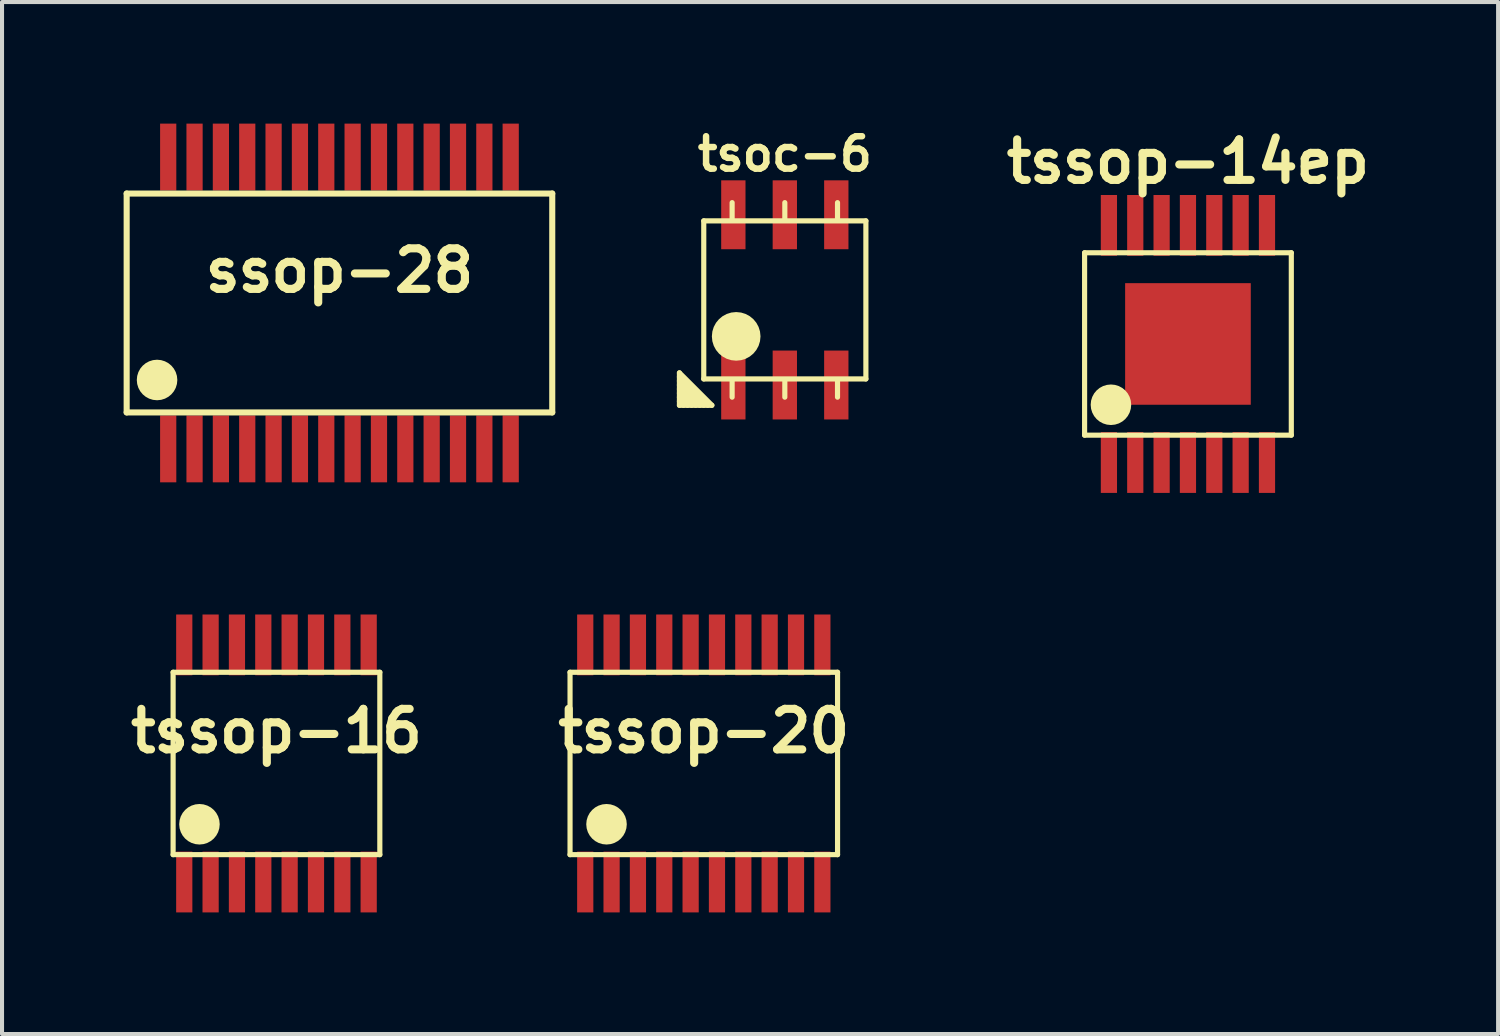
<source format=kicad_pcb>
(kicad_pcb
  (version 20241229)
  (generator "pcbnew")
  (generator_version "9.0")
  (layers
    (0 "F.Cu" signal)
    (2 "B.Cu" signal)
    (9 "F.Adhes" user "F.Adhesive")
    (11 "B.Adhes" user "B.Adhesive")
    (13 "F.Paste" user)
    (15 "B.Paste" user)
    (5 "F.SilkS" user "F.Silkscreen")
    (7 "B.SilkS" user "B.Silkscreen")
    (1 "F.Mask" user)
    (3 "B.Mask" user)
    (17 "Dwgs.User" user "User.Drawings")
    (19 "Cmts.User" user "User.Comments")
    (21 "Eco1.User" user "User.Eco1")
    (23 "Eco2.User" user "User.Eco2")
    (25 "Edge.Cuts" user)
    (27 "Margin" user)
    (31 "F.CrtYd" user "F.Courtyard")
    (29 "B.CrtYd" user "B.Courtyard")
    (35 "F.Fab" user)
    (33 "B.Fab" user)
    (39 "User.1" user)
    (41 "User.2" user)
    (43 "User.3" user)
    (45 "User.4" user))
  (footprint "tssop-16"
    (layer "F.Cu")
    (at 3.771 15.786)
    (property "Reference" "tssop-16" (at 0 -0.8 0) (layer "F.SilkS") (effects (font (size 1 1) (thickness 0.2))))
    (attr smd)
    (fp_line (start -2.55 -2.25) (end -2.55 2.25) (stroke (width 0.127) (type solid)) (layer "F.SilkS"))
    (fp_line (start -2.55 2.25) (end 2.55 2.25) (stroke (width 0.127) (type solid)) (layer "F.SilkS"))
    (fp_line (start 2.55 -2.25) (end -2.55 -2.25) (stroke (width 0.127) (type solid)) (layer "F.SilkS"))
    (fp_line (start 2.55 2.25) (end 2.55 -2.25) (stroke (width 0.127) (type solid)) (layer "F.SilkS"))
    (fp_circle (center -1.9 1.5) (end -1.65 1.5) (stroke (width 0.5) (type solid)) (fill no) (layer "F.SilkS"))
    (pad "1" smd rect (at -2.275 2.925) (size 0.4 1.5) (layers "F.Cu" "F.Mask" "F.Paste"))
    (pad "2" smd rect (at -1.625 2.925) (size 0.4 1.5) (layers "F.Cu" "F.Mask" "F.Paste"))
    (pad "3" smd rect (at -0.975 2.925) (size 0.4 1.5) (layers "F.Cu" "F.Mask" "F.Paste"))
    (pad "4" smd rect (at -0.325 2.925) (size 0.4 1.5) (layers "F.Cu" "F.Mask" "F.Paste"))
    (pad "5" smd rect (at 0.325 2.925) (size 0.4 1.5) (layers "F.Cu" "F.Mask" "F.Paste"))
    (pad "6" smd rect (at 0.975 2.925) (size 0.4 1.5) (layers "F.Cu" "F.Mask" "F.Paste"))
    (pad "7" smd rect (at 1.625 2.925) (size 0.4 1.5) (layers "F.Cu" "F.Mask" "F.Paste"))
    (pad "8" smd rect (at 2.275 2.925) (size 0.4 1.5) (layers "F.Cu" "F.Mask" "F.Paste"))
    (pad "9" smd rect (at 2.275 -2.925) (size 0.4 1.5) (layers "F.Cu" "F.Mask" "F.Paste"))
    (pad "10" smd rect (at 1.625 -2.925) (size 0.4 1.5) (layers "F.Cu" "F.Mask" "F.Paste"))
    (pad "11" smd rect (at 0.975 -2.925) (size 0.4 1.5) (layers "F.Cu" "F.Mask" "F.Paste"))
    (pad "12" smd rect (at 0.325 -2.925) (size 0.4 1.5) (layers "F.Cu" "F.Mask" "F.Paste"))
    (pad "13" smd rect (at -0.325 -2.925) (size 0.4 1.5) (layers "F.Cu" "F.Mask" "F.Paste"))
    (pad "14" smd rect (at -0.975 -2.925) (size 0.4 1.5) (layers "F.Cu" "F.Mask" "F.Paste"))
    (pad "15" smd rect (at -1.625 -2.925) (size 0.4 1.5) (layers "F.Cu" "F.Mask" "F.Paste"))
    (pad "16" smd rect (at -2.275 -2.925) (size 0.4 1.5) (layers "F.Cu" "F.Mask" "F.Paste")))
  (footprint "tssop-14ep"
    (layer "F.Cu")
    (at 26.259 5.436)
    (property "Reference" "tssop-14ep" (at 0 -4.5 0) (layer "F.SilkS") (effects (font (size 1 1) (thickness 0.2))))
    (attr smd)
    (fp_line (start -2.55 -2.25) (end -2.55 2.25) (stroke (width 0.127) (type solid)) (layer "F.SilkS"))
    (fp_line (start -2.55 2.25) (end 2.55 2.25) (stroke (width 0.127) (type solid)) (layer "F.SilkS"))
    (fp_line (start 2.55 -2.25) (end -2.55 -2.25) (stroke (width 0.127) (type solid)) (layer "F.SilkS"))
    (fp_line (start 2.55 2.25) (end 2.55 -2.25) (stroke (width 0.127) (type solid)) (layer "F.SilkS"))
    (fp_circle (center -1.9 1.5) (end -1.65 1.5) (stroke (width 0.5) (type solid)) (fill no) (layer "F.SilkS"))
    (pad "" smd rect (at -1 -1) (size 0.8 0.8) (layers "F.Paste"))
    (pad "" smd rect (at -1 0) (size 0.8 0.8) (layers "F.Paste"))
    (pad "" smd rect (at -1 1) (size 0.8 0.8) (layers "F.Paste"))
    (pad "" smd rect (at 0 -1) (size 0.8 0.8) (layers "F.Paste"))
    (pad "" smd rect (at 0 0) (size 0.8 0.8) (layers "F.Paste"))
    (pad "" smd rect (at 0 1) (size 0.8 0.8) (layers "F.Paste"))
    (pad "" smd rect (at 1 -1) (size 0.8 0.8) (layers "F.Paste"))
    (pad "" smd rect (at 1 0) (size 0.8 0.8) (layers "F.Paste"))
    (pad "" smd rect (at 1 1) (size 0.8 0.8) (layers "F.Paste"))
    (pad "1" smd rect (at -1.95 2.925) (size 0.4 1.5) (layers "F.Cu" "F.Mask" "F.Paste"))
    (pad "2" smd rect (at -1.3 2.925) (size 0.4 1.5) (layers "F.Cu" "F.Mask" "F.Paste"))
    (pad "3" smd rect (at -0.65 2.925) (size 0.4 1.5) (layers "F.Cu" "F.Mask" "F.Paste"))
    (pad "4" smd rect (at 0 2.925) (size 0.4 1.5) (layers "F.Cu" "F.Mask" "F.Paste"))
    (pad "5" smd rect (at 0.65 2.925) (size 0.4 1.5) (layers "F.Cu" "F.Mask" "F.Paste"))
    (pad "6" smd rect (at 1.3 2.925) (size 0.4 1.5) (layers "F.Cu" "F.Mask" "F.Paste"))
    (pad "7" smd rect (at 1.95 2.925) (size 0.4 1.5) (layers "F.Cu" "F.Mask" "F.Paste"))
    (pad "8" smd rect (at 1.95 -2.925) (size 0.4 1.5) (layers "F.Cu" "F.Mask" "F.Paste"))
    (pad "9" smd rect (at 1.3 -2.925) (size 0.4 1.5) (layers "F.Cu" "F.Mask" "F.Paste"))
    (pad "10" smd rect (at 0.65 -2.925) (size 0.4 1.5) (layers "F.Cu" "F.Mask" "F.Paste"))
    (pad "11" smd rect (at 0 -2.925) (size 0.4 1.5) (layers "F.Cu" "F.Mask" "F.Paste"))
    (pad "12" smd rect (at -0.65 -2.925) (size 0.4 1.5) (layers "F.Cu" "F.Mask" "F.Paste"))
    (pad "13" smd rect (at -1.3 -2.925) (size 0.4 1.5) (layers "F.Cu" "F.Mask" "F.Paste"))
    (pad "14" smd rect (at -1.95 -2.925) (size 0.4 1.5) (layers "F.Cu" "F.Mask" "F.Paste"))
    (pad "15" smd rect (at 0 0) (size 3.1 3) (layers "F.Cu" "F.Mask")))
  (footprint "tsoc-6"
    (layer "F.Cu")
    (at 16.313 4.349)
    (property "Reference" "tsoc-6" (at 0 -3.6 0) (layer "F.SilkS") (effects (font (size 0.8 0.8) (thickness 0.16))))
    (attr smd)
    (fp_line (start -2.6 1.8) (end -2.6 2.6) (stroke (width 0.127) (type solid)) (layer "F.SilkS"))
    (fp_line (start -2.6 1.9) (end -1.9 2.6) (stroke (width 0.127) (type solid)) (layer "F.SilkS"))
    (fp_line (start -2.6 2.1) (end -2.1 2.6) (stroke (width 0.127) (type solid)) (layer "F.SilkS"))
    (fp_line (start -2.6 2.3) (end -2.3 2.6) (stroke (width 0.127) (type solid)) (layer "F.SilkS"))
    (fp_line (start -2.6 2.5) (end -2.5 2.6) (stroke (width 0.127) (type solid)) (layer "F.SilkS"))
    (fp_line (start -2.6 2.6) (end -1.8 2.6) (stroke (width 0.127) (type solid)) (layer "F.SilkS"))
    (fp_line (start -2.4 2.6) (end -2.6 2.4) (stroke (width 0.127) (type solid)) (layer "F.SilkS"))
    (fp_line (start -2.2 2.6) (end -2.6 2.2) (stroke (width 0.127) (type solid)) (layer "F.SilkS"))
    (fp_line (start -2 -1.95) (end -2 1.95) (stroke (width 0.127) (type solid)) (layer "F.SilkS"))
    (fp_line (start -2 1.95) (end 2 1.95) (stroke (width 0.127) (type solid)) (layer "F.SilkS"))
    (fp_line (start -2 2.6) (end -2.6 2) (stroke (width 0.127) (type solid)) (layer "F.SilkS"))
    (fp_line (start -1.8 2.6) (end -2.6 1.8) (stroke (width 0.127) (type solid)) (layer "F.SilkS"))
    (fp_line (start -1.3 -2.4) (end -1.3 -2) (stroke (width 0.127) (type solid)) (layer "F.SilkS"))
    (fp_line (start -1.3 2) (end -1.3 2.4) (stroke (width 0.127) (type solid)) (layer "F.SilkS"))
    (fp_line (start 0 -2) (end 0 -2.4) (stroke (width 0.127) (type solid)) (layer "F.SilkS"))
    (fp_line (start 0 2) (end 0 2.4) (stroke (width 0.127) (type solid)) (layer "F.SilkS"))
    (fp_line (start 1.3 -2.4) (end 1.3 -2) (stroke (width 0.127) (type solid)) (layer "F.SilkS"))
    (fp_line (start 1.3 2) (end 1.3 2.4) (stroke (width 0.127) (type solid)) (layer "F.SilkS"))
    (fp_line (start 2 -1.95) (end -2 -1.95) (stroke (width 0.127) (type solid)) (layer "F.SilkS"))
    (fp_line (start 2 1.95) (end 2 -1.95) (stroke (width 0.127) (type solid)) (layer "F.SilkS"))
    (fp_circle (center -1.2 0.9) (end -0.9 0.9) (stroke (width 0.6) (type solid)) (fill no) (layer "F.SilkS"))
    (pad "1" smd rect (at -1.27 2.1) (size 0.6 1.7) (layers "F.Cu" "F.Mask" "F.Paste"))
    (pad "2" smd rect (at 0 2.1) (size 0.6 1.7) (layers "F.Cu" "F.Mask" "F.Paste"))
    (pad "3" smd rect (at 1.27 2.1) (size 0.6 1.7) (layers "F.Cu" "F.Mask" "F.Paste"))
    (pad "4" smd rect (at 1.27 -2.1) (size 0.6 1.7) (layers "F.Cu" "F.Mask" "F.Paste"))
    (pad "5" smd rect (at 0 -2.1) (size 0.6 1.7) (layers "F.Cu" "F.Mask" "F.Paste"))
    (pad "6" smd rect (at -1.27 -2.1) (size 0.6 1.7) (layers "F.Cu" "F.Mask" "F.Paste")))
  (footprint "ssop-28"
    (layer "F.Cu")
    (at 5.325 4.425)
    (property "Reference" "ssop-28" (at 0 -0.8 0) (layer "F.SilkS") (effects (font (size 1 1) (thickness 0.2))))
    (attr smd)
    (fp_line (start -5.25 -2.7) (end 5.25 -2.7) (stroke (width 0.15) (type solid)) (layer "F.SilkS"))
    (fp_line (start -5.25 2.7) (end -5.25 -2.7) (stroke (width 0.15) (type solid)) (layer "F.SilkS"))
    (fp_line (start 5.25 -2.7) (end 5.25 2.7) (stroke (width 0.15) (type solid)) (layer "F.SilkS"))
    (fp_line (start 5.25 2.7) (end -5.25 2.7) (stroke (width 0.15) (type solid)) (layer "F.SilkS"))
    (fp_circle (center -4.5 1.9) (end -4.25 1.9) (stroke (width 0.5) (type solid)) (fill no) (layer "F.SilkS"))
    (pad "1" smd rect (at -4.225 3.6) (size 0.4 1.65) (layers "F.Cu" "F.Mask" "F.Paste"))
    (pad "2" smd rect (at -3.575 3.6) (size 0.4 1.65) (layers "F.Cu" "F.Mask" "F.Paste"))
    (pad "3" smd rect (at -2.925 3.6) (size 0.4 1.65) (layers "F.Cu" "F.Mask" "F.Paste"))
    (pad "4" smd rect (at -2.275 3.6) (size 0.4 1.65) (layers "F.Cu" "F.Mask" "F.Paste"))
    (pad "5" smd rect (at -1.625 3.6) (size 0.4 1.65) (layers "F.Cu" "F.Mask" "F.Paste"))
    (pad "6" smd rect (at -0.975 3.6) (size 0.4 1.65) (layers "F.Cu" "F.Mask" "F.Paste"))
    (pad "7" smd rect (at -0.325 3.6) (size 0.4 1.65) (layers "F.Cu" "F.Mask" "F.Paste"))
    (pad "8" smd rect (at 0.325 3.6) (size 0.4 1.65) (layers "F.Cu" "F.Mask" "F.Paste"))
    (pad "9" smd rect (at 0.975 3.6) (size 0.4 1.65) (layers "F.Cu" "F.Mask" "F.Paste"))
    (pad "10" smd rect (at 1.625 3.6) (size 0.4 1.65) (layers "F.Cu" "F.Mask" "F.Paste"))
    (pad "11" smd rect (at 2.275 3.6) (size 0.4 1.65) (layers "F.Cu" "F.Mask" "F.Paste"))
    (pad "12" smd rect (at 2.925 3.6) (size 0.4 1.65) (layers "F.Cu" "F.Mask" "F.Paste"))
    (pad "13" smd rect (at 3.575 3.6) (size 0.4 1.65) (layers "F.Cu" "F.Mask" "F.Paste"))
    (pad "14" smd rect (at 4.225 3.6) (size 0.4 1.65) (layers "F.Cu" "F.Mask" "F.Paste"))
    (pad "15" smd rect (at 4.225 -3.6) (size 0.4 1.65) (layers "F.Cu" "F.Mask" "F.Paste"))
    (pad "16" smd rect (at 3.575 -3.6) (size 0.4 1.65) (layers "F.Cu" "F.Mask" "F.Paste"))
    (pad "17" smd rect (at 2.925 -3.6) (size 0.4 1.65) (layers "F.Cu" "F.Mask" "F.Paste"))
    (pad "18" smd rect (at 2.275 -3.6) (size 0.4 1.65) (layers "F.Cu" "F.Mask" "F.Paste"))
    (pad "19" smd rect (at 1.625 -3.6) (size 0.4 1.65) (layers "F.Cu" "F.Mask" "F.Paste"))
    (pad "20" smd rect (at 0.975 -3.6) (size 0.4 1.65) (layers "F.Cu" "F.Mask" "F.Paste"))
    (pad "21" smd rect (at 0.325 -3.6) (size 0.4 1.65) (layers "F.Cu" "F.Mask" "F.Paste"))
    (pad "22" smd rect (at -0.325 -3.6) (size 0.4 1.65) (layers "F.Cu" "F.Mask" "F.Paste"))
    (pad "23" smd rect (at -0.975 -3.6) (size 0.4 1.65) (layers "F.Cu" "F.Mask" "F.Paste"))
    (pad "24" smd rect (at -1.625 -3.6) (size 0.4 1.65) (layers "F.Cu" "F.Mask" "F.Paste"))
    (pad "25" smd rect (at -2.275 -3.6) (size 0.4 1.65) (layers "F.Cu" "F.Mask" "F.Paste"))
    (pad "26" smd rect (at -2.925 -3.6) (size 0.4 1.65) (layers "F.Cu" "F.Mask" "F.Paste"))
    (pad "27" smd rect (at -3.575 -3.6) (size 0.4 1.65) (layers "F.Cu" "F.Mask" "F.Paste"))
    (pad "28" smd rect (at -4.225 -3.6) (size 0.4 1.65) (layers "F.Cu" "F.Mask" "F.Paste")))
  (footprint "tssop-20"
    (layer "F.Cu")
    (at 14.314 15.786)
    (property "Reference" "tssop-20" (at 0 -0.8 0) (layer "F.SilkS") (effects (font (size 1 1) (thickness 0.2))))
    (attr smd)
    (fp_line (start -3.3 -2.25) (end -3.3 2.25) (stroke (width 0.127) (type solid)) (layer "F.SilkS"))
    (fp_line (start -3.3 2.25) (end 3.3 2.25) (stroke (width 0.127) (type solid)) (layer "F.SilkS"))
    (fp_line (start 3.3 -2.25) (end -3.3 -2.25) (stroke (width 0.127) (type solid)) (layer "F.SilkS"))
    (fp_line (start 3.3 2.25) (end 3.3 -2.25) (stroke (width 0.127) (type solid)) (layer "F.SilkS"))
    (fp_circle (center -2.4 1.5) (end -2.15 1.5) (stroke (width 0.5) (type solid)) (fill no) (layer "F.SilkS"))
    (pad "1" smd rect (at -2.925 2.925) (size 0.4 1.5) (layers "F.Cu" "F.Mask" "F.Paste"))
    (pad "2" smd rect (at -2.275 2.925) (size 0.4 1.5) (layers "F.Cu" "F.Mask" "F.Paste"))
    (pad "3" smd rect (at -1.625 2.925) (size 0.4 1.5) (layers "F.Cu" "F.Mask" "F.Paste"))
    (pad "4" smd rect (at -0.975 2.925) (size 0.4 1.5) (layers "F.Cu" "F.Mask" "F.Paste"))
    (pad "5" smd rect (at -0.325 2.925) (size 0.4 1.5) (layers "F.Cu" "F.Mask" "F.Paste"))
    (pad "6" smd rect (at 0.325 2.925) (size 0.4 1.5) (layers "F.Cu" "F.Mask" "F.Paste"))
    (pad "7" smd rect (at 0.975 2.925) (size 0.4 1.5) (layers "F.Cu" "F.Mask" "F.Paste"))
    (pad "8" smd rect (at 1.625 2.925) (size 0.4 1.5) (layers "F.Cu" "F.Mask" "F.Paste"))
    (pad "9" smd rect (at 2.275 2.925) (size 0.4 1.5) (layers "F.Cu" "F.Mask" "F.Paste"))
    (pad "10" smd rect (at 2.925 2.925) (size 0.4 1.5) (layers "F.Cu" "F.Mask" "F.Paste"))
    (pad "11" smd rect (at 2.925 -2.925) (size 0.4 1.5) (layers "F.Cu" "F.Mask" "F.Paste"))
    (pad "12" smd rect (at 2.275 -2.925) (size 0.4 1.5) (layers "F.Cu" "F.Mask" "F.Paste"))
    (pad "13" smd rect (at 1.625 -2.925) (size 0.4 1.5) (layers "F.Cu" "F.Mask" "F.Paste"))
    (pad "14" smd rect (at 0.975 -2.925) (size 0.4 1.5) (layers "F.Cu" "F.Mask" "F.Paste"))
    (pad "15" smd rect (at 0.325 -2.925) (size 0.4 1.5) (layers "F.Cu" "F.Mask" "F.Paste"))
    (pad "16" smd rect (at -0.325 -2.925) (size 0.4 1.5) (layers "F.Cu" "F.Mask" "F.Paste"))
    (pad "17" smd rect (at -0.975 -2.925) (size 0.4 1.5) (layers "F.Cu" "F.Mask" "F.Paste"))
    (pad "18" smd rect (at -1.625 -2.925) (size 0.4 1.5) (layers "F.Cu" "F.Mask" "F.Paste"))
    (pad "19" smd rect (at -2.275 -2.925) (size 0.4 1.5) (layers "F.Cu" "F.Mask" "F.Paste"))
    (pad "20" smd rect (at -2.925 -2.925) (size 0.4 1.5) (layers "F.Cu" "F.Mask" "F.Paste")))
  (gr_rect
    (start -3 -3)
    (end 33.911 22.461)
    (stroke (width 0.1) (type default))
    (fill no)
    (layer "Edge.Cuts")))
</source>
